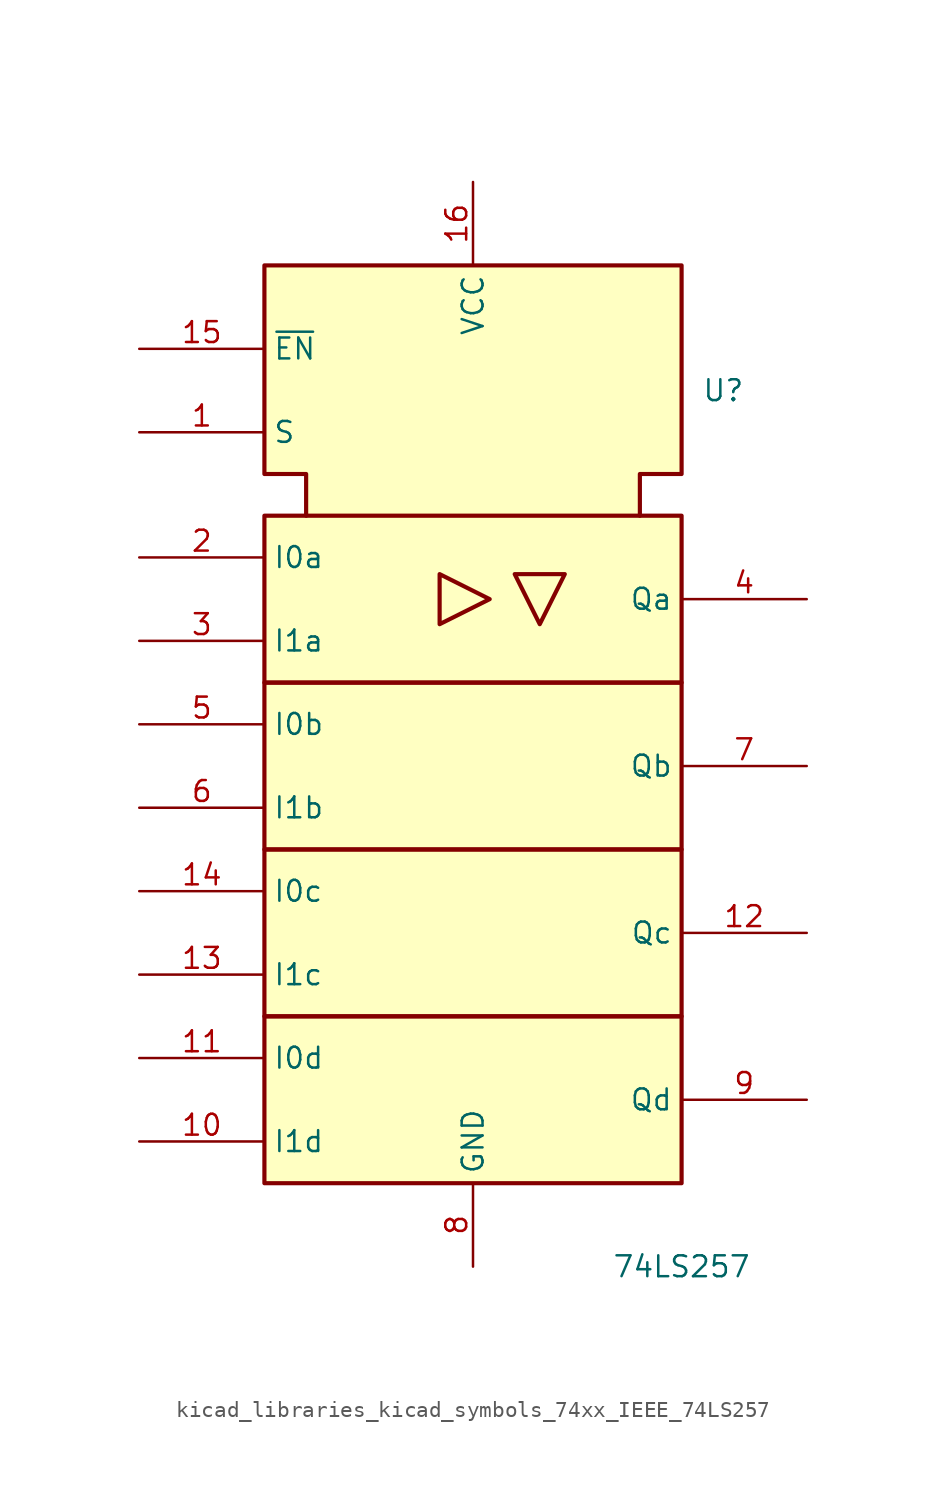
<source format=kicad_sym>
(kicad_symbol_lib
  (version 20220914)
  (generator kicad_symbol_editor)
  (symbol "kicad_libraries_kicad_symbols_74xx_IEEE_74LS257"
    (property "Reference" "U"
      (at 15.24 20.32 0)
      (effects (font (size 1.27 1.27))))
    (property "Value" "74LS257"
      (at 12.7 -33.02 0)
      (effects (font (size 1.27 1.27))))
    (symbol "kicad_libraries_kicad_symbols_74xx_IEEE_74LS257_0_0"
      (rectangle (start -12.7 -17.78) (end 12.7 -27.94) (stroke (width 0.254) (type default)) (fill (type background)))
      (rectangle (start -12.7 -7.62) (end 12.7 -17.78) (stroke (width 0.254) (type default)) (fill (type background)))
      (rectangle (start -12.7 2.54) (end 12.7 -7.62) (stroke (width 0.254) (type default)) (fill (type background)))
      (rectangle (start -12.7 12.7) (end 12.7 2.54) (stroke (width 0.254) (type default)) (fill (type background)))
      (polyline (pts (xy -2.032 9.144) (xy -2.032 6.096) (xy 1.016 7.62) (xy -2.032 9.144) (xy -2.032 9.144)) (stroke (width 0.254) (type default)) (fill (type background)))
      (polyline (pts (xy 5.588 9.144) (xy 2.54 9.144) (xy 4.064 6.096) (xy 5.588 9.144) (xy 5.588 9.144)) (stroke (width 0.254) (type default)) (fill (type background)))
      (polyline (pts (xy -10.16 12.7) (xy -10.16 15.24) (xy -12.7 15.24) (xy -12.7 27.94) (xy 12.7 27.94) (xy 12.7 15.24) (xy 10.16 15.24) (xy 10.16 12.7) (xy 10.16 12.7)) (stroke (width 0.254) (type default)) (fill (type background)))
      (pin power_in line (at 0 33.02 270) (length 5.08) (name "VCC" (effects (font (size 1.27 1.27)))) (number "16" (effects (font (size 1.27 1.27)))))
      (pin power_in line (at 0 -33.02 90) (length 5.08) (name "GND" (effects (font (size 1.27 1.27)))) (number "8" (effects (font (size 1.27 1.27))))))
    (symbol "kicad_libraries_kicad_symbols_74xx_IEEE_74LS257_1_1"
      (pin input line (at -20.32 17.78 0) (length 7.62) (name "S" (effects (font (size 1.27 1.27)))) (number "1" (effects (font (size 1.27 1.27)))))
      (pin input line (at -20.32 -25.4 0) (length 7.62) (name "I1d" (effects (font (size 1.27 1.27)))) (number "10" (effects (font (size 1.27 1.27)))))
      (pin input line (at -20.32 -20.32 0) (length 7.62) (name "I0d" (effects (font (size 1.27 1.27)))) (number "11" (effects (font (size 1.27 1.27)))))
      (pin tri_state line (at 20.32 -12.7 180) (length 7.62) (name "Qc" (effects (font (size 1.27 1.27)))) (number "12" (effects (font (size 1.27 1.27)))))
      (pin input line (at -20.32 -15.24 0) (length 7.62) (name "I1c" (effects (font (size 1.27 1.27)))) (number "13" (effects (font (size 1.27 1.27)))))
      (pin input line (at -20.32 -10.16 0) (length 7.62) (name "I0c" (effects (font (size 1.27 1.27)))) (number "14" (effects (font (size 1.27 1.27)))))
      (pin input line (at -20.32 22.86 0) (length 7.62) (name "~{EN}" (effects (font (size 1.27 1.27)))) (number "15" (effects (font (size 1.27 1.27)))))
      (pin input line (at -20.32 10.16 0) (length 7.62) (name "I0a" (effects (font (size 1.27 1.27)))) (number "2" (effects (font (size 1.27 1.27)))))
      (pin input line (at -20.32 5.08 0) (length 7.62) (name "I1a" (effects (font (size 1.27 1.27)))) (number "3" (effects (font (size 1.27 1.27)))))
      (pin tri_state line (at 20.32 7.62 180) (length 7.62) (name "Qa" (effects (font (size 1.27 1.27)))) (number "4" (effects (font (size 1.27 1.27)))))
      (pin input line (at -20.32 0 0) (length 7.62) (name "I0b" (effects (font (size 1.27 1.27)))) (number "5" (effects (font (size 1.27 1.27)))))
      (pin input line (at -20.32 -5.08 0) (length 7.62) (name "I1b" (effects (font (size 1.27 1.27)))) (number "6" (effects (font (size 1.27 1.27)))))
      (pin tri_state line (at 20.32 -2.54 180) (length 7.62) (name "Qb" (effects (font (size 1.27 1.27)))) (number "7" (effects (font (size 1.27 1.27)))))
      (pin tri_state line (at 20.32 -22.86 180) (length 7.62) (name "Qd" (effects (font (size 1.27 1.27)))) (number "9" (effects (font (size 1.27 1.27))))))))
</source>
